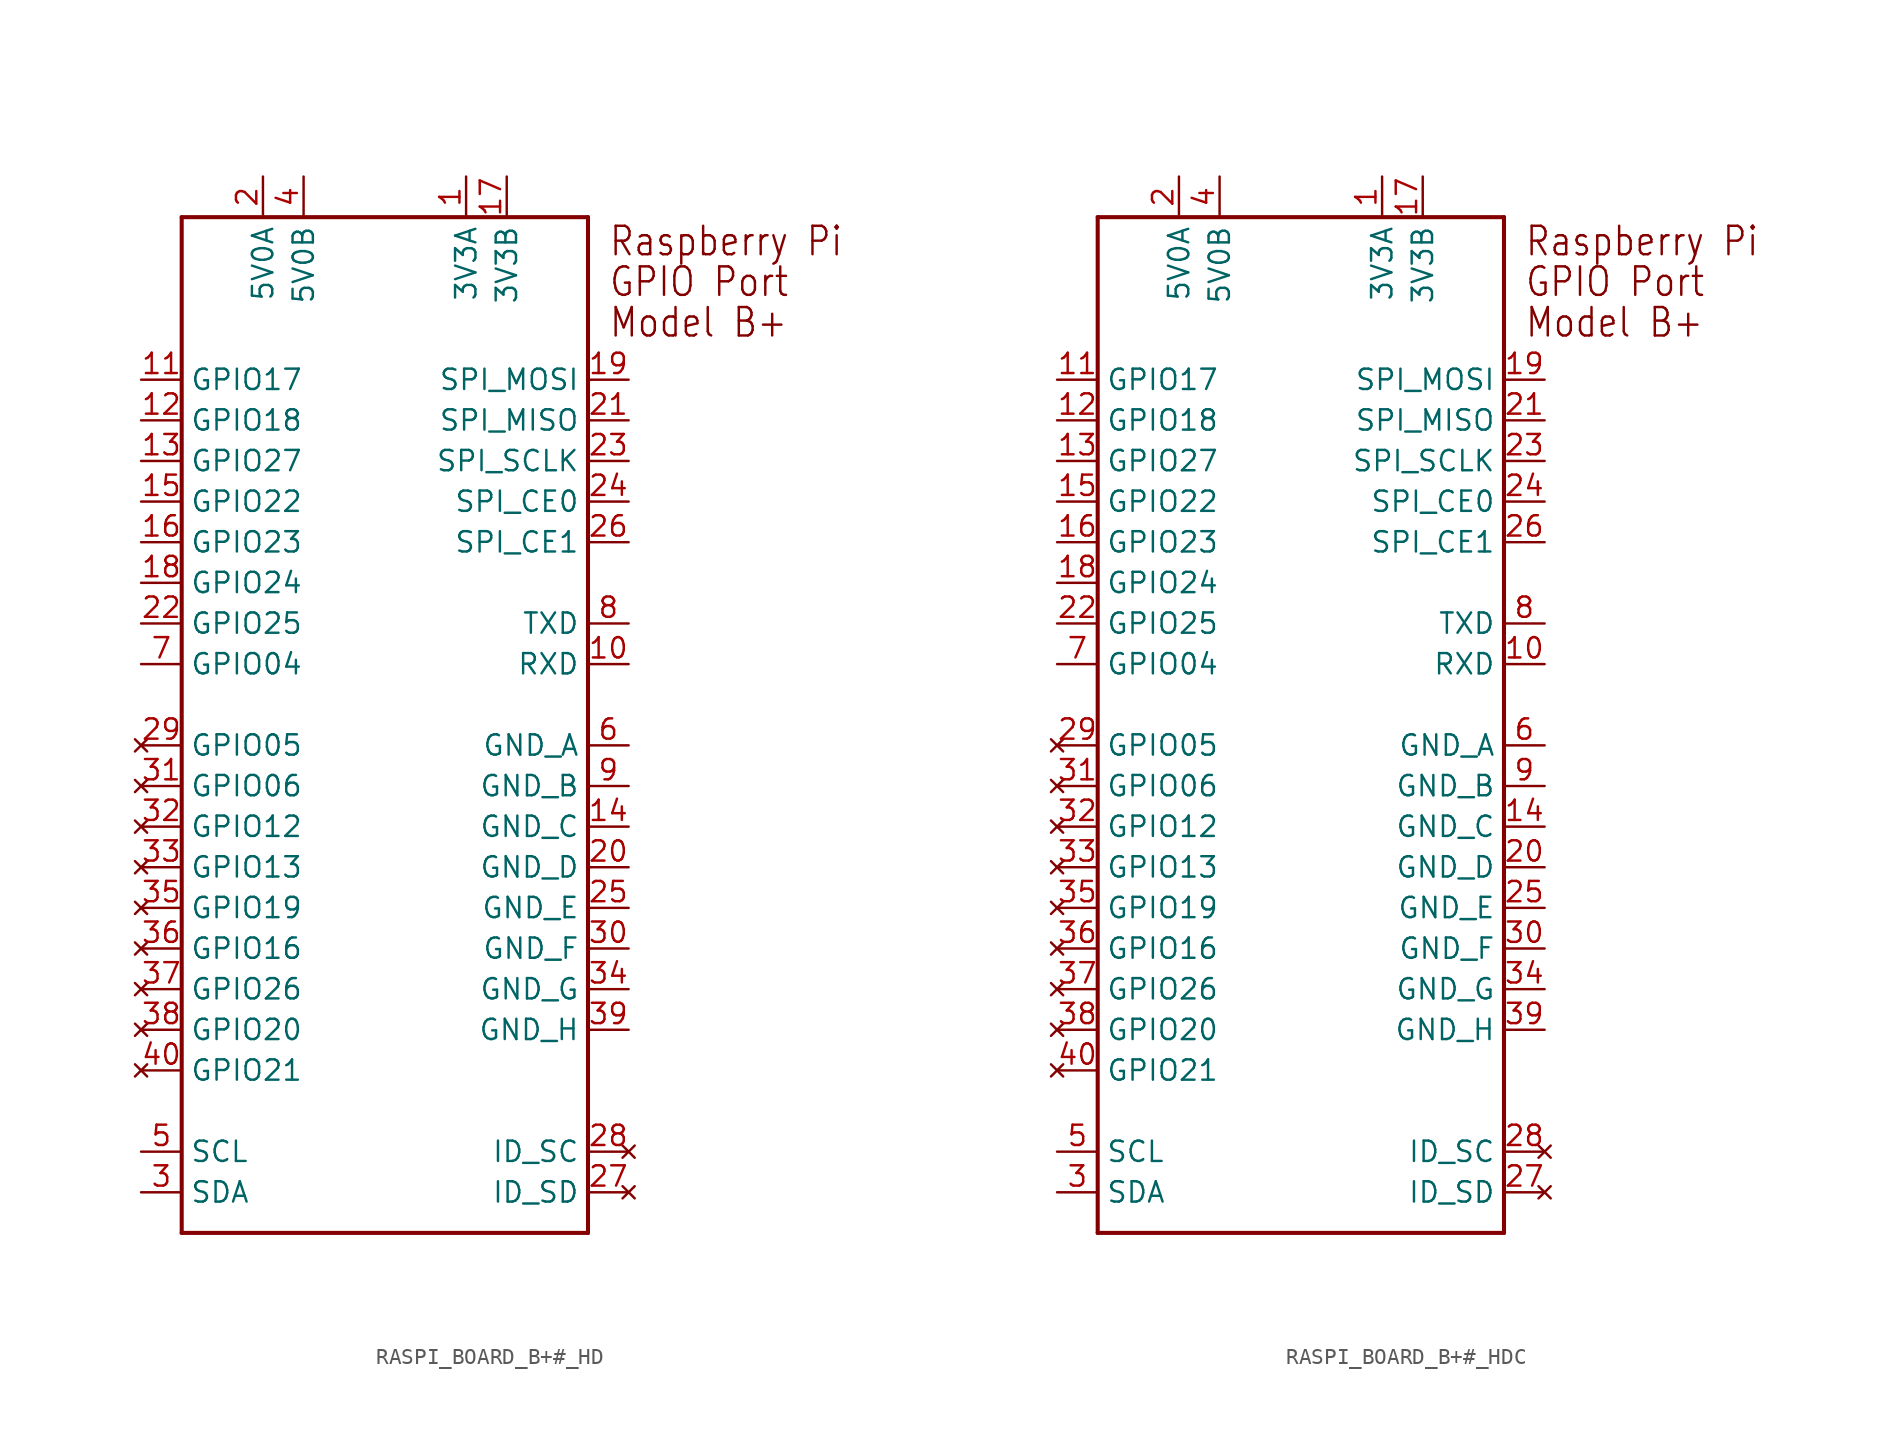
<source format=kicad_sym>
(kicad_symbol_lib
  (version 20231120)
  (generator "kicad_symbol_editor")
  (generator_version "8.0")
  (symbol "RASPI_BOARD_B+#_HD"
    (property "Reference" "X"
      (at 0 0 0)
      (effects (font (size 1.27 1.27)) (hide yes)))
    (property "ki_locked" ""
      (at 0 0 0)
      (effects (font (size 1.27 1.27))))
    (symbol "RASPI_BOARD_B+#_HD_1_0"
      (polyline (pts (xy -12.7 -38.1) (xy -12.7 25.4)) (stroke (width 0.254) (type solid)) (fill (type none)))
      (polyline (pts (xy -12.7 25.4) (xy 12.7 25.4)) (stroke (width 0.254) (type solid)) (fill (type none)))
      (polyline (pts (xy 12.7 -38.1) (xy -12.7 -38.1)) (stroke (width 0.254) (type solid)) (fill (type none)))
      (polyline (pts (xy 12.7 25.4) (xy 12.7 -38.1)) (stroke (width 0.254) (type solid)) (fill (type none)))
      (text "GPIO Port" (at 13.97 20.32 0) (effects (font (size 1.778 1.511)) (justify left bottom)))
      (text "Model B+" (at 13.97 17.78 0) (effects (font (size 1.778 1.511)) (justify left bottom)))
      (text "Raspberry Pi" (at 13.97 22.86 0) (effects (font (size 1.778 1.511)) (justify left bottom)))
      (pin power_in line (at 5.08 27.94 270) (length 2.54) (name "3V3A" (effects (font (size 1.27 1.27)))) (number "1" (effects (font (size 1.27 1.27)))))
      (pin bidirectional line (at 15.24 -2.54 180) (length 2.54) (name "RXD" (effects (font (size 1.27 1.27)))) (number "10" (effects (font (size 1.27 1.27)))))
      (pin bidirectional line (at -15.24 15.24 0) (length 2.54) (name "GPIO17" (effects (font (size 1.27 1.27)))) (number "11" (effects (font (size 1.27 1.27)))))
      (pin bidirectional line (at -15.24 12.7 0) (length 2.54) (name "GPIO18" (effects (font (size 1.27 1.27)))) (number "12" (effects (font (size 1.27 1.27)))))
      (pin bidirectional line (at -15.24 10.16 0) (length 2.54) (name "GPIO27" (effects (font (size 1.27 1.27)))) (number "13" (effects (font (size 1.27 1.27)))))
      (pin power_in line (at 15.24 -12.7 180) (length 2.54) (name "GND_C" (effects (font (size 1.27 1.27)))) (number "14" (effects (font (size 1.27 1.27)))))
      (pin bidirectional line (at -15.24 7.62 0) (length 2.54) (name "GPIO22" (effects (font (size 1.27 1.27)))) (number "15" (effects (font (size 1.27 1.27)))))
      (pin bidirectional line (at -15.24 5.08 0) (length 2.54) (name "GPIO23" (effects (font (size 1.27 1.27)))) (number "16" (effects (font (size 1.27 1.27)))))
      (pin power_in line (at 7.62 27.94 270) (length 2.54) (name "3V3B" (effects (font (size 1.27 1.27)))) (number "17" (effects (font (size 1.27 1.27)))))
      (pin bidirectional line (at -15.24 2.54 0) (length 2.54) (name "GPIO24" (effects (font (size 1.27 1.27)))) (number "18" (effects (font (size 1.27 1.27)))))
      (pin bidirectional line (at 15.24 15.24 180) (length 2.54) (name "SPI_MOSI" (effects (font (size 1.27 1.27)))) (number "19" (effects (font (size 1.27 1.27)))))
      (pin power_in line (at -7.62 27.94 270) (length 2.54) (name "5V0A" (effects (font (size 1.27 1.27)))) (number "2" (effects (font (size 1.27 1.27)))))
      (pin power_in line (at 15.24 -15.24 180) (length 2.54) (name "GND_D" (effects (font (size 1.27 1.27)))) (number "20" (effects (font (size 1.27 1.27)))))
      (pin bidirectional line (at 15.24 12.7 180) (length 2.54) (name "SPI_MISO" (effects (font (size 1.27 1.27)))) (number "21" (effects (font (size 1.27 1.27)))))
      (pin bidirectional line (at -15.24 0 0) (length 2.54) (name "GPIO25" (effects (font (size 1.27 1.27)))) (number "22" (effects (font (size 1.27 1.27)))))
      (pin bidirectional line (at 15.24 10.16 180) (length 2.54) (name "SPI_SCLK" (effects (font (size 1.27 1.27)))) (number "23" (effects (font (size 1.27 1.27)))))
      (pin bidirectional line (at 15.24 7.62 180) (length 2.54) (name "SPI_CE0" (effects (font (size 1.27 1.27)))) (number "24" (effects (font (size 1.27 1.27)))))
      (pin power_in line (at 15.24 -17.78 180) (length 2.54) (name "GND_E" (effects (font (size 1.27 1.27)))) (number "25" (effects (font (size 1.27 1.27)))))
      (pin bidirectional line (at 15.24 5.08 180) (length 2.54) (name "SPI_CE1" (effects (font (size 1.27 1.27)))) (number "26" (effects (font (size 1.27 1.27)))))
      (pin no_connect line (at 15.24 -35.56 180) (length 2.54) (name "ID_SD" (effects (font (size 1.27 1.27)))) (number "27" (effects (font (size 1.27 1.27)))))
      (pin no_connect line (at 15.24 -33.02 180) (length 2.54) (name "ID_SC" (effects (font (size 1.27 1.27)))) (number "28" (effects (font (size 1.27 1.27)))))
      (pin no_connect line (at -15.24 -7.62 0) (length 2.54) (name "GPIO05" (effects (font (size 1.27 1.27)))) (number "29" (effects (font (size 1.27 1.27)))))
      (pin bidirectional line (at -15.24 -35.56 0) (length 2.54) (name "SDA" (effects (font (size 1.27 1.27)))) (number "3" (effects (font (size 1.27 1.27)))))
      (pin power_in line (at 15.24 -20.32 180) (length 2.54) (name "GND_F" (effects (font (size 1.27 1.27)))) (number "30" (effects (font (size 1.27 1.27)))))
      (pin no_connect line (at -15.24 -10.16 0) (length 2.54) (name "GPIO06" (effects (font (size 1.27 1.27)))) (number "31" (effects (font (size 1.27 1.27)))))
      (pin no_connect line (at -15.24 -12.7 0) (length 2.54) (name "GPIO12" (effects (font (size 1.27 1.27)))) (number "32" (effects (font (size 1.27 1.27)))))
      (pin no_connect line (at -15.24 -15.24 0) (length 2.54) (name "GPIO13" (effects (font (size 1.27 1.27)))) (number "33" (effects (font (size 1.27 1.27)))))
      (pin power_in line (at 15.24 -22.86 180) (length 2.54) (name "GND_G" (effects (font (size 1.27 1.27)))) (number "34" (effects (font (size 1.27 1.27)))))
      (pin no_connect line (at -15.24 -17.78 0) (length 2.54) (name "GPIO19" (effects (font (size 1.27 1.27)))) (number "35" (effects (font (size 1.27 1.27)))))
      (pin no_connect line (at -15.24 -20.32 0) (length 2.54) (name "GPIO16" (effects (font (size 1.27 1.27)))) (number "36" (effects (font (size 1.27 1.27)))))
      (pin no_connect line (at -15.24 -22.86 0) (length 2.54) (name "GPIO26" (effects (font (size 1.27 1.27)))) (number "37" (effects (font (size 1.27 1.27)))))
      (pin no_connect line (at -15.24 -25.4 0) (length 2.54) (name "GPIO20" (effects (font (size 1.27 1.27)))) (number "38" (effects (font (size 1.27 1.27)))))
      (pin power_in line (at 15.24 -25.4 180) (length 2.54) (name "GND_H" (effects (font (size 1.27 1.27)))) (number "39" (effects (font (size 1.27 1.27)))))
      (pin power_in line (at -5.08 27.94 270) (length 2.54) (name "5V0B" (effects (font (size 1.27 1.27)))) (number "4" (effects (font (size 1.27 1.27)))))
      (pin no_connect line (at -15.24 -27.94 0) (length 2.54) (name "GPIO21" (effects (font (size 1.27 1.27)))) (number "40" (effects (font (size 1.27 1.27)))))
      (pin bidirectional line (at -15.24 -33.02 0) (length 2.54) (name "SCL" (effects (font (size 1.27 1.27)))) (number "5" (effects (font (size 1.27 1.27)))))
      (pin power_in line (at 15.24 -7.62 180) (length 2.54) (name "GND_A" (effects (font (size 1.27 1.27)))) (number "6" (effects (font (size 1.27 1.27)))))
      (pin bidirectional line (at -15.24 -2.54 0) (length 2.54) (name "GPIO04" (effects (font (size 1.27 1.27)))) (number "7" (effects (font (size 1.27 1.27)))))
      (pin bidirectional line (at 15.24 0 180) (length 2.54) (name "TXD" (effects (font (size 1.27 1.27)))) (number "8" (effects (font (size 1.27 1.27)))))
      (pin power_in line (at 15.24 -10.16 180) (length 2.54) (name "GND_B" (effects (font (size 1.27 1.27)))) (number "9" (effects (font (size 1.27 1.27)))))))
  (symbol "RASPI_BOARD_B+#_HDC"
    (property "Reference" "X"
      (at 0 0 0)
      (effects (font (size 1.27 1.27)) (hide yes)))
    (property "ki_locked" ""
      (at 0 0 0)
      (effects (font (size 1.27 1.27))))
    (symbol "RASPI_BOARD_B+#_HDC_1_0"
      (polyline (pts (xy -12.7 -38.1) (xy -12.7 25.4)) (stroke (width 0.254) (type solid)) (fill (type none)))
      (polyline (pts (xy -12.7 25.4) (xy 12.7 25.4)) (stroke (width 0.254) (type solid)) (fill (type none)))
      (polyline (pts (xy 12.7 -38.1) (xy -12.7 -38.1)) (stroke (width 0.254) (type solid)) (fill (type none)))
      (polyline (pts (xy 12.7 25.4) (xy 12.7 -38.1)) (stroke (width 0.254) (type solid)) (fill (type none)))
      (text "GPIO Port" (at 13.97 20.32 0) (effects (font (size 1.778 1.511)) (justify left bottom)))
      (text "Model B+" (at 13.97 17.78 0) (effects (font (size 1.778 1.511)) (justify left bottom)))
      (text "Raspberry Pi" (at 13.97 22.86 0) (effects (font (size 1.778 1.511)) (justify left bottom)))
      (pin power_in line (at 5.08 27.94 270) (length 2.54) (name "3V3A" (effects (font (size 1.27 1.27)))) (number "1" (effects (font (size 1.27 1.27)))))
      (pin bidirectional line (at 15.24 -2.54 180) (length 2.54) (name "RXD" (effects (font (size 1.27 1.27)))) (number "10" (effects (font (size 1.27 1.27)))))
      (pin bidirectional line (at -15.24 15.24 0) (length 2.54) (name "GPIO17" (effects (font (size 1.27 1.27)))) (number "11" (effects (font (size 1.27 1.27)))))
      (pin bidirectional line (at -15.24 12.7 0) (length 2.54) (name "GPIO18" (effects (font (size 1.27 1.27)))) (number "12" (effects (font (size 1.27 1.27)))))
      (pin bidirectional line (at -15.24 10.16 0) (length 2.54) (name "GPIO27" (effects (font (size 1.27 1.27)))) (number "13" (effects (font (size 1.27 1.27)))))
      (pin power_in line (at 15.24 -12.7 180) (length 2.54) (name "GND_C" (effects (font (size 1.27 1.27)))) (number "14" (effects (font (size 1.27 1.27)))))
      (pin bidirectional line (at -15.24 7.62 0) (length 2.54) (name "GPIO22" (effects (font (size 1.27 1.27)))) (number "15" (effects (font (size 1.27 1.27)))))
      (pin bidirectional line (at -15.24 5.08 0) (length 2.54) (name "GPIO23" (effects (font (size 1.27 1.27)))) (number "16" (effects (font (size 1.27 1.27)))))
      (pin power_in line (at 7.62 27.94 270) (length 2.54) (name "3V3B" (effects (font (size 1.27 1.27)))) (number "17" (effects (font (size 1.27 1.27)))))
      (pin bidirectional line (at -15.24 2.54 0) (length 2.54) (name "GPIO24" (effects (font (size 1.27 1.27)))) (number "18" (effects (font (size 1.27 1.27)))))
      (pin bidirectional line (at 15.24 15.24 180) (length 2.54) (name "SPI_MOSI" (effects (font (size 1.27 1.27)))) (number "19" (effects (font (size 1.27 1.27)))))
      (pin power_in line (at -7.62 27.94 270) (length 2.54) (name "5V0A" (effects (font (size 1.27 1.27)))) (number "2" (effects (font (size 1.27 1.27)))))
      (pin power_in line (at 15.24 -15.24 180) (length 2.54) (name "GND_D" (effects (font (size 1.27 1.27)))) (number "20" (effects (font (size 1.27 1.27)))))
      (pin bidirectional line (at 15.24 12.7 180) (length 2.54) (name "SPI_MISO" (effects (font (size 1.27 1.27)))) (number "21" (effects (font (size 1.27 1.27)))))
      (pin bidirectional line (at -15.24 0 0) (length 2.54) (name "GPIO25" (effects (font (size 1.27 1.27)))) (number "22" (effects (font (size 1.27 1.27)))))
      (pin bidirectional line (at 15.24 10.16 180) (length 2.54) (name "SPI_SCLK" (effects (font (size 1.27 1.27)))) (number "23" (effects (font (size 1.27 1.27)))))
      (pin bidirectional line (at 15.24 7.62 180) (length 2.54) (name "SPI_CE0" (effects (font (size 1.27 1.27)))) (number "24" (effects (font (size 1.27 1.27)))))
      (pin power_in line (at 15.24 -17.78 180) (length 2.54) (name "GND_E" (effects (font (size 1.27 1.27)))) (number "25" (effects (font (size 1.27 1.27)))))
      (pin bidirectional line (at 15.24 5.08 180) (length 2.54) (name "SPI_CE1" (effects (font (size 1.27 1.27)))) (number "26" (effects (font (size 1.27 1.27)))))
      (pin no_connect line (at 15.24 -35.56 180) (length 2.54) (name "ID_SD" (effects (font (size 1.27 1.27)))) (number "27" (effects (font (size 1.27 1.27)))))
      (pin no_connect line (at 15.24 -33.02 180) (length 2.54) (name "ID_SC" (effects (font (size 1.27 1.27)))) (number "28" (effects (font (size 1.27 1.27)))))
      (pin no_connect line (at -15.24 -7.62 0) (length 2.54) (name "GPIO05" (effects (font (size 1.27 1.27)))) (number "29" (effects (font (size 1.27 1.27)))))
      (pin bidirectional line (at -15.24 -35.56 0) (length 2.54) (name "SDA" (effects (font (size 1.27 1.27)))) (number "3" (effects (font (size 1.27 1.27)))))
      (pin power_in line (at 15.24 -20.32 180) (length 2.54) (name "GND_F" (effects (font (size 1.27 1.27)))) (number "30" (effects (font (size 1.27 1.27)))))
      (pin no_connect line (at -15.24 -10.16 0) (length 2.54) (name "GPIO06" (effects (font (size 1.27 1.27)))) (number "31" (effects (font (size 1.27 1.27)))))
      (pin no_connect line (at -15.24 -12.7 0) (length 2.54) (name "GPIO12" (effects (font (size 1.27 1.27)))) (number "32" (effects (font (size 1.27 1.27)))))
      (pin no_connect line (at -15.24 -15.24 0) (length 2.54) (name "GPIO13" (effects (font (size 1.27 1.27)))) (number "33" (effects (font (size 1.27 1.27)))))
      (pin power_in line (at 15.24 -22.86 180) (length 2.54) (name "GND_G" (effects (font (size 1.27 1.27)))) (number "34" (effects (font (size 1.27 1.27)))))
      (pin no_connect line (at -15.24 -17.78 0) (length 2.54) (name "GPIO19" (effects (font (size 1.27 1.27)))) (number "35" (effects (font (size 1.27 1.27)))))
      (pin no_connect line (at -15.24 -20.32 0) (length 2.54) (name "GPIO16" (effects (font (size 1.27 1.27)))) (number "36" (effects (font (size 1.27 1.27)))))
      (pin no_connect line (at -15.24 -22.86 0) (length 2.54) (name "GPIO26" (effects (font (size 1.27 1.27)))) (number "37" (effects (font (size 1.27 1.27)))))
      (pin no_connect line (at -15.24 -25.4 0) (length 2.54) (name "GPIO20" (effects (font (size 1.27 1.27)))) (number "38" (effects (font (size 1.27 1.27)))))
      (pin power_in line (at 15.24 -25.4 180) (length 2.54) (name "GND_H" (effects (font (size 1.27 1.27)))) (number "39" (effects (font (size 1.27 1.27)))))
      (pin power_in line (at -5.08 27.94 270) (length 2.54) (name "5V0B" (effects (font (size 1.27 1.27)))) (number "4" (effects (font (size 1.27 1.27)))))
      (pin no_connect line (at -15.24 -27.94 0) (length 2.54) (name "GPIO21" (effects (font (size 1.27 1.27)))) (number "40" (effects (font (size 1.27 1.27)))))
      (pin bidirectional line (at -15.24 -33.02 0) (length 2.54) (name "SCL" (effects (font (size 1.27 1.27)))) (number "5" (effects (font (size 1.27 1.27)))))
      (pin power_in line (at 15.24 -7.62 180) (length 2.54) (name "GND_A" (effects (font (size 1.27 1.27)))) (number "6" (effects (font (size 1.27 1.27)))))
      (pin bidirectional line (at -15.24 -2.54 0) (length 2.54) (name "GPIO04" (effects (font (size 1.27 1.27)))) (number "7" (effects (font (size 1.27 1.27)))))
      (pin bidirectional line (at 15.24 0 180) (length 2.54) (name "TXD" (effects (font (size 1.27 1.27)))) (number "8" (effects (font (size 1.27 1.27)))))
      (pin power_in line (at 15.24 -10.16 180) (length 2.54) (name "GND_B" (effects (font (size 1.27 1.27)))) (number "9" (effects (font (size 1.27 1.27))))))))
</source>
